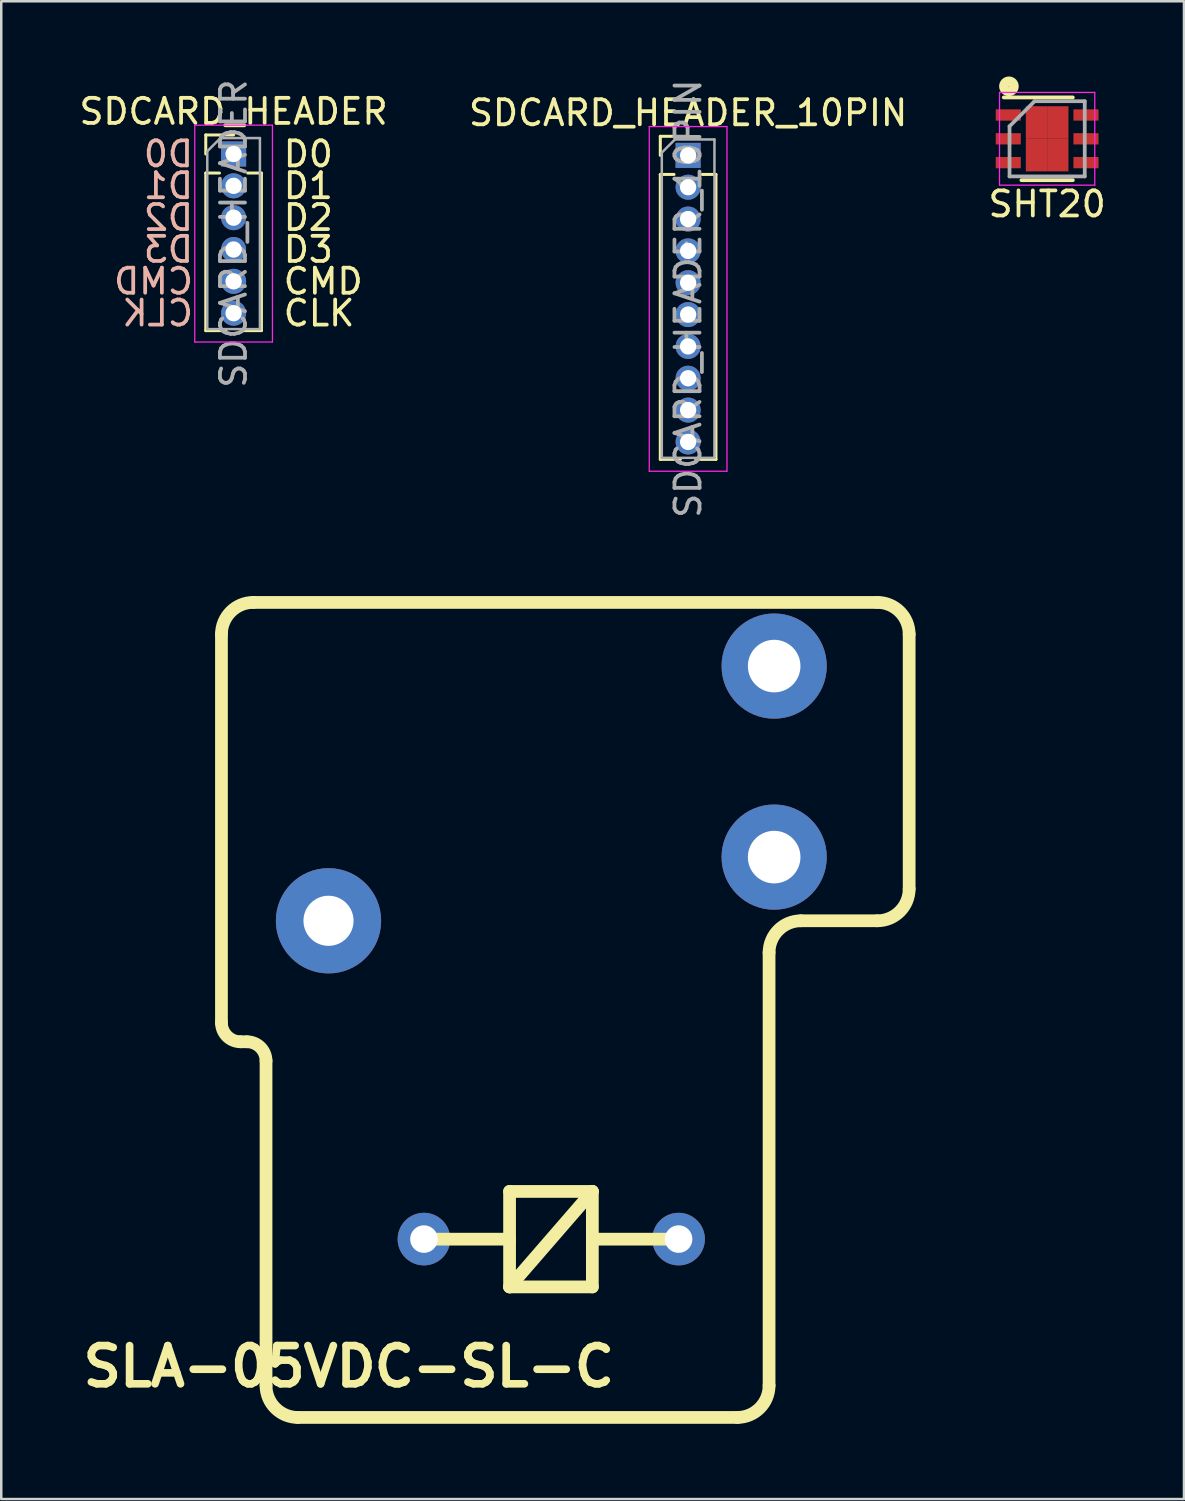
<source format=kicad_pcb>
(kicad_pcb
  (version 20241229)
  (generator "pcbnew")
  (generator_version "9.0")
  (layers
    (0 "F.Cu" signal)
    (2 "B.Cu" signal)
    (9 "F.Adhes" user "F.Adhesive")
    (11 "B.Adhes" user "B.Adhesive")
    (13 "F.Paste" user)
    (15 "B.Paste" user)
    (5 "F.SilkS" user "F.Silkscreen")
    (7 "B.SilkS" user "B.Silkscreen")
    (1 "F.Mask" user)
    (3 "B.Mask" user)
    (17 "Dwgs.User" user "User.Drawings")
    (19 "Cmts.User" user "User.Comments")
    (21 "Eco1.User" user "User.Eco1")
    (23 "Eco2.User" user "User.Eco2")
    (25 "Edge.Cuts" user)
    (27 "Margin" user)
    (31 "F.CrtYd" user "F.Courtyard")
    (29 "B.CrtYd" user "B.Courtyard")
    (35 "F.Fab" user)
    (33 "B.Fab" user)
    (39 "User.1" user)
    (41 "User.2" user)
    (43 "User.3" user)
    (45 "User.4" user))
  (footprint "SDCARD_HEADER_10PIN"
    (layer "F.Cu")
    (at 24.399 3.148)
    (property "Reference" "SDCARD_HEADER_10PIN" (at 0 -1.695 0) (layer "F.SilkS") (effects (font (size 1 1) (thickness 0.15))))
    (attr through_hole)
    (fp_line (start -1.11 -0.76) (end 0 -0.76) (stroke (width 0.12) (type solid)) (layer "F.SilkS"))
    (fp_line (start -1.11 0) (end -1.11 -0.76) (stroke (width 0.12) (type solid)) (layer "F.SilkS"))
    (fp_line (start -1.11 0.76) (end -1.11 12.125) (stroke (width 0.12) (type solid)) (layer "F.SilkS"))
    (fp_line (start -1.11 0.76) (end -0.563 0.76) (stroke (width 0.12) (type solid)) (layer "F.SilkS"))
    (fp_line (start -1.11 12.125) (end -0.308 12.125) (stroke (width 0.12) (type solid)) (layer "F.SilkS"))
    (fp_line (start 0.308 12.125) (end 1.11 12.125) (stroke (width 0.12) (type solid)) (layer "F.SilkS"))
    (fp_line (start 0.563 0.76) (end 1.11 0.76) (stroke (width 0.12) (type solid)) (layer "F.SilkS"))
    (fp_line (start 1.11 0.76) (end 1.11 12.125) (stroke (width 0.12) (type solid)) (layer "F.SilkS"))
    (fp_line (start -1.55 -1.15) (end -1.55 12.6) (stroke (width 0.05) (type solid)) (layer "F.CrtYd"))
    (fp_line (start -1.55 12.6) (end 1.55 12.6) (stroke (width 0.05) (type solid)) (layer "F.CrtYd"))
    (fp_line (start 1.55 -1.15) (end -1.55 -1.15) (stroke (width 0.05) (type solid)) (layer "F.CrtYd"))
    (fp_line (start 1.55 12.6) (end 1.55 -1.15) (stroke (width 0.05) (type solid)) (layer "F.CrtYd"))
    (fp_line (start -1.05 -0.11) (end -0.525 -0.635) (stroke (width 0.1) (type solid)) (layer "F.Fab"))
    (fp_line (start -1.05 12.065) (end -1.05 -0.11) (stroke (width 0.1) (type solid)) (layer "F.Fab"))
    (fp_line (start -0.525 -0.635) (end 1.05 -0.635) (stroke (width 0.1) (type solid)) (layer "F.Fab"))
    (fp_line (start 1.05 -0.635) (end 1.05 12.065) (stroke (width 0.1) (type solid)) (layer "F.Fab"))
    (fp_line (start 1.05 12.065) (end -1.05 12.065) (stroke (width 0.1) (type solid)) (layer "F.Fab"))
    (fp_text user "${REFERENCE}" (at 0 5.715 90) (layer "F.Fab") (effects (font (size 1 1) (thickness 0.15))))
    (pad "CAT1" thru_hole oval (at 0 8.89) (size 1 1) (drill 0.65) (layers "*.Cu" "*.Mask"))
    (pad "CD" thru_hole oval (at 0 10.16) (size 1 1) (drill 0.65) (layers "*.Cu" "*.Mask"))
    (pad "CLK" thru_hole oval (at 0 5.08) (size 1 1) (drill 0.65) (layers "*.Cu" "*.Mask"))
    (pad "CMD" thru_hole oval (at 0 2.54) (size 1 1) (drill 0.65) (layers "*.Cu" "*.Mask"))
    (pad "DAT0" thru_hole oval (at 0 7.62) (size 1 1) (drill 0.65) (layers "*.Cu" "*.Mask"))
    (pad "DAT2" thru_hole rect (at 0 0) (size 1 1) (drill 0.65) (layers "*.Cu" "*.Mask"))
    (pad "DAT3" thru_hole oval (at 0 1.27) (size 1 1) (drill 0.65) (layers "*.Cu" "*.Mask"))
    (pad "GND" thru_hole oval (at 0 11.43) (size 1 1) (drill 0.65) (layers "*.Cu" "*.Mask"))
    (pad "VDD" thru_hole oval (at 0 3.81) (size 1 1) (drill 0.65) (layers "*.Cu" "*.Mask"))
    (pad "VSS" thru_hole oval (at 0 6.35) (size 1 1) (drill 0.65) (layers "*.Cu" "*.Mask")))
  (footprint "SDCARD_HEADER"
    (layer "F.Cu")
    (at 6.268 3.093)
    (property "Reference" "SDCARD_HEADER" (at 0 -1.695 0) (layer "F.SilkS") (effects (font (size 1 1) (thickness 0.15))))
    (attr through_hole)
    (fp_line (start -1.11 -0.76) (end 0 -0.76) (stroke (width 0.12) (type solid)) (layer "F.SilkS"))
    (fp_line (start -1.11 0) (end -1.11 -0.76) (stroke (width 0.12) (type solid)) (layer "F.SilkS"))
    (fp_line (start -1.11 0.76) (end -1.11 7.045) (stroke (width 0.12) (type solid)) (layer "F.SilkS"))
    (fp_line (start -1.11 0.76) (end -0.563 0.76) (stroke (width 0.12) (type solid)) (layer "F.SilkS"))
    (fp_line (start -1.11 7.045) (end -0.308 7.045) (stroke (width 0.12) (type solid)) (layer "F.SilkS"))
    (fp_line (start 0.308 7.045) (end 1.11 7.045) (stroke (width 0.12) (type solid)) (layer "F.SilkS"))
    (fp_line (start 0.563 0.76) (end 1.11 0.76) (stroke (width 0.12) (type solid)) (layer "F.SilkS"))
    (fp_line (start 1.11 0.76) (end 1.11 7.045) (stroke (width 0.12) (type solid)) (layer "F.SilkS"))
    (fp_line (start -1.55 -1.15) (end -1.55 7.5) (stroke (width 0.05) (type solid)) (layer "F.CrtYd"))
    (fp_line (start -1.55 7.5) (end 1.55 7.5) (stroke (width 0.05) (type solid)) (layer "F.CrtYd"))
    (fp_line (start 1.55 -1.15) (end -1.55 -1.15) (stroke (width 0.05) (type solid)) (layer "F.CrtYd"))
    (fp_line (start 1.55 7.5) (end 1.55 -1.15) (stroke (width 0.05) (type solid)) (layer "F.CrtYd"))
    (fp_line (start -1.05 -0.11) (end -0.525 -0.635) (stroke (width 0.1) (type solid)) (layer "F.Fab"))
    (fp_line (start -1.05 6.985) (end -1.05 -0.11) (stroke (width 0.1) (type solid)) (layer "F.Fab"))
    (fp_line (start -0.525 -0.635) (end 1.05 -0.635) (stroke (width 0.1) (type solid)) (layer "F.Fab"))
    (fp_line (start 1.05 -0.635) (end 1.05 6.985) (stroke (width 0.1) (type solid)) (layer "F.Fab"))
    (fp_line (start 1.05 6.985) (end -1.05 6.985) (stroke (width 0.1) (type solid)) (layer "F.Fab"))
    (fp_text user "CLK" (at 1.905 6.35 0) (layer "F.SilkS") (effects (font (size 1 1) (thickness 0.15)) (justify left)))
    (fp_text user "CMD" (at 1.905 5.08 0) (layer "F.SilkS") (effects (font (size 1 1) (thickness 0.15)) (justify left)))
    (fp_text user "D0" (at 1.905 0 0) (layer "F.SilkS") (effects (font (size 1 1) (thickness 0.15)) (justify left)))
    (fp_text user "D2" (at 1.905 2.54 0) (layer "F.SilkS") (effects (font (size 1 1) (thickness 0.15)) (justify left)))
    (fp_text user "D3" (at 1.905 3.81 0) (layer "F.SilkS") (effects (font (size 1 1) (thickness 0.15)) (justify left)))
    (fp_text user "D1" (at 1.905 1.27 0) (layer "F.SilkS") (effects (font (size 1 1) (thickness 0.15)) (justify left)))
    (fp_text user "CLK" (at -1.524 6.35 0) (layer "B.SilkS") (effects (font (size 1 1) (thickness 0.15)) (justify left mirror)))
    (fp_text user "D3" (at -1.524 3.81 0) (layer "B.SilkS") (effects (font (size 1 1) (thickness 0.15)) (justify left mirror)))
    (fp_text user "D2" (at -1.524 2.54 0) (layer "B.SilkS") (effects (font (size 1 1) (thickness 0.15)) (justify left mirror)))
    (fp_text user "D1" (at -1.524 1.27 0) (layer "B.SilkS") (effects (font (size 1 1) (thickness 0.15)) (justify left mirror)))
    (fp_text user "D0" (at -1.524 0 0) (layer "B.SilkS") (effects (font (size 1 1) (thickness 0.15)) (justify left mirror)))
    (fp_text user "CMD" (at -1.524 5.08 0) (layer "B.SilkS") (effects (font (size 1 1) (thickness 0.15)) (justify left mirror)))
    (fp_text user "${REFERENCE}" (at 0 3.175 90) (layer "F.Fab") (effects (font (size 1 1) (thickness 0.15))))
    (pad "1" thru_hole rect (at 0 0) (size 1 1) (drill 0.65) (layers "*.Cu" "*.Mask"))
    (pad "2" thru_hole oval (at 0 1.27) (size 1 1) (drill 0.65) (layers "*.Cu" "*.Mask"))
    (pad "3" thru_hole oval (at 0 2.54) (size 1 1) (drill 0.65) (layers "*.Cu" "*.Mask"))
    (pad "4" thru_hole oval (at 0 3.81) (size 1 1) (drill 0.65) (layers "*.Cu" "*.Mask"))
    (pad "5" thru_hole oval (at 0 5.08) (size 1 1) (drill 0.65) (layers "*.Cu" "*.Mask"))
    (pad "6" thru_hole oval (at 0 6.35) (size 1 1) (drill 0.65) (layers "*.Cu" "*.Mask")))
  (footprint "SLA-05VDC-SL-C"
    (layer "F.Cu")
    (at 19.5 37.236)
    (property "Reference" "SLA-05VDC-SL-C" (at -8.636 14.224 0) (layer "F.SilkS") (effects (font (size 1.524 1.524) (thickness 0.305))))
    (attr through_hole)
    (fp_line (start -13.716 -14.986) (end -13.716 0.508) (stroke (width 0.508) (type solid)) (layer "F.SilkS"))
    (fp_line (start -12.954 1.27) (end -12.7 1.27) (stroke (width 0.508) (type solid)) (layer "F.SilkS"))
    (fp_line (start -11.938 2.032) (end -11.938 14.986) (stroke (width 0.508) (type solid)) (layer "F.SilkS"))
    (fp_line (start -10.668 16.256) (end 6.858 16.256) (stroke (width 0.508) (type solid)) (layer "F.SilkS"))
    (fp_line (start -2.223 7.239) (end 1.079 7.239) (stroke (width 0.508) (type solid)) (layer "F.SilkS"))
    (fp_line (start -2.223 9.144) (end -5.715 9.144) (stroke (width 0.508) (type solid)) (layer "F.SilkS"))
    (fp_line (start -2.223 11.049) (end -2.223 7.239) (stroke (width 0.508) (type solid)) (layer "F.SilkS"))
    (fp_line (start -2.223 11.049) (end 1.079 7.239) (stroke (width 0.508) (type solid)) (layer "F.SilkS"))
    (fp_line (start 1.079 7.239) (end 1.079 11.049) (stroke (width 0.508) (type solid)) (layer "F.SilkS"))
    (fp_line (start 1.079 11.049) (end -2.223 11.049) (stroke (width 0.508) (type solid)) (layer "F.SilkS"))
    (fp_line (start 4.572 9.144) (end 1.079 9.144) (stroke (width 0.508) (type solid)) (layer "F.SilkS"))
    (fp_line (start 8.128 14.986) (end 8.128 -2.286) (stroke (width 0.508) (type solid)) (layer "F.SilkS"))
    (fp_line (start 9.398 -3.556) (end 12.446 -3.556) (stroke (width 0.508) (type solid)) (layer "F.SilkS"))
    (fp_line (start 12.446 -16.256) (end -12.446 -16.256) (stroke (width 0.508) (type solid)) (layer "F.SilkS"))
    (fp_line (start 13.716 -4.826) (end 13.716 -14.986) (stroke (width 0.508) (type solid)) (layer "F.SilkS"))
    (fp_arc (start -13.716 -14.986) (mid -13.344026 -15.884026) (end -12.446 -16.256) (stroke (width 0.508) (type solid)) (layer "F.SilkS"))
    (fp_arc (start -12.954 1.27) (mid -13.492815 1.046815) (end -13.716 0.508) (stroke (width 0.508) (type solid)) (layer "F.SilkS"))
    (fp_arc (start -12.7 1.27) (mid -12.161185 1.493185) (end -11.938 2.032) (stroke (width 0.508) (type solid)) (layer "F.SilkS"))
    (fp_arc (start -10.668 16.256) (mid -11.566026 15.884026) (end -11.938 14.986) (stroke (width 0.508) (type solid)) (layer "F.SilkS"))
    (fp_arc (start 8.128 -2.286) (mid 8.499974 -3.184026) (end 9.398 -3.556) (stroke (width 0.508) (type solid)) (layer "F.SilkS"))
    (fp_arc (start 8.128 14.986) (mid 7.756026 15.884026) (end 6.858 16.256) (stroke (width 0.508) (type solid)) (layer "F.SilkS"))
    (fp_arc (start 12.446 -16.256) (mid 13.344026 -15.884026) (end 13.716 -14.986) (stroke (width 0.508) (type solid)) (layer "F.SilkS"))
    (fp_arc (start 13.716 -4.826) (mid 13.344026 -3.927974) (end 12.446 -3.556) (stroke (width 0.508) (type solid)) (layer "F.SilkS"))
    (pad "1" thru_hole circle (at -5.639 9.141) (size 2.098 2.098) (drill 1.1) (layers "*.Cu" "*.Mask"))
    (pad "2" thru_hole circle (at 4.519 9.141) (size 2.098 2.098) (drill 1.1) (layers "*.Cu" "*.Mask"))
    (pad "3" thru_hole circle (at -9.446 -3.556) (size 4.199 4.199) (drill 1.999) (layers "*.Cu" "*.Mask"))
    (pad "4" thru_hole circle (at 8.331 -6.096) (size 4.196 4.196) (drill 2.098) (layers "*.Cu" "*.Mask"))
    (pad "5" thru_hole circle (at 8.331 -13.716) (size 4.196 4.196) (drill 2.098) (layers "*.Cu" "*.Mask")))
  (footprint "SHT20"
    (layer "F.Cu")
    (at 38.72 2.487)
    (property "Reference" "SHT20" (at 0 2.603 0) (layer "F.SilkS") (effects (font (size 1 1) (thickness 0.15))))
    (attr smd)
    (fp_line (start -1.73 -1.65) (end 1.025 -1.65) (stroke (width 0.15) (type solid)) (layer "F.SilkS"))
    (fp_line (start -1.025 1.65) (end 1.025 1.65) (stroke (width 0.15) (type solid)) (layer "F.SilkS"))
    (fp_circle (center -1.524 -2.095) (end -1.46 -1.905) (stroke (width 0.381) (type solid)) (fill no) (layer "F.SilkS"))
    (fp_line (start -1.9 -1.85) (end -1.9 1.85) (stroke (width 0.05) (type solid)) (layer "F.CrtYd"))
    (fp_line (start -1.9 -1.85) (end 1.9 -1.85) (stroke (width 0.05) (type solid)) (layer "F.CrtYd"))
    (fp_line (start -1.9 1.85) (end 1.9 1.85) (stroke (width 0.05) (type solid)) (layer "F.CrtYd"))
    (fp_line (start 1.9 -1.85) (end 1.9 1.85) (stroke (width 0.05) (type solid)) (layer "F.CrtYd"))
    (fp_line (start -1.5 -0.5) (end -0.5 -1.5) (stroke (width 0.15) (type solid)) (layer "F.Fab"))
    (fp_line (start -1.5 1.5) (end -1.5 -0.5) (stroke (width 0.15) (type solid)) (layer "F.Fab"))
    (fp_line (start -0.5 -1.5) (end 1.5 -1.5) (stroke (width 0.15) (type solid)) (layer "F.Fab"))
    (fp_line (start 1.5 -1.5) (end 1.5 1.5) (stroke (width 0.15) (type solid)) (layer "F.Fab"))
    (fp_line (start 1.5 1.5) (end -1.5 1.5) (stroke (width 0.15) (type solid)) (layer "F.Fab"))
    (pad "1" smd rect (at -1.55 -0.95) (size 1 0.45) (layers "F.Cu" "F.Mask" "F.Paste"))
    (pad "2" smd rect (at -1.55 0) (size 1 0.45) (layers "F.Cu" "F.Mask" "F.Paste"))
    (pad "3" smd rect (at -1.55 0.95) (size 1 0.45) (layers "F.Cu" "F.Mask" "F.Paste"))
    (pad "4" smd rect (at 1.55 0.95) (size 1 0.45) (layers "F.Cu" "F.Mask" "F.Paste"))
    (pad "5" smd rect (at 1.55 0) (size 1 0.45) (layers "F.Cu" "F.Mask" "F.Paste"))
    (pad "6" smd rect (at 1.55 -0.95) (size 1 0.45) (layers "F.Cu" "F.Mask" "F.Paste"))
    (pad "7" smd rect (at -0.425 -0.65) (size 0.85 1.3) (layers "F.Cu" "F.Mask" "F.Paste"))
    (pad "7" smd rect (at -0.425 0.65) (size 0.85 1.3) (layers "F.Cu" "F.Mask" "F.Paste"))
    (pad "7" smd rect (at 0.425 -0.65) (size 0.85 1.3) (layers "F.Cu" "F.Mask" "F.Paste"))
    (pad "7" smd rect (at 0.425 0.65) (size 0.85 1.3) (layers "F.Cu" "F.Mask" "F.Paste")))
  (gr_rect
    (start -3 -3)
    (end 44.179 56.746)
    (stroke (width 0.1) (type default))
    (fill no)
    (layer "Edge.Cuts")))
</source>
